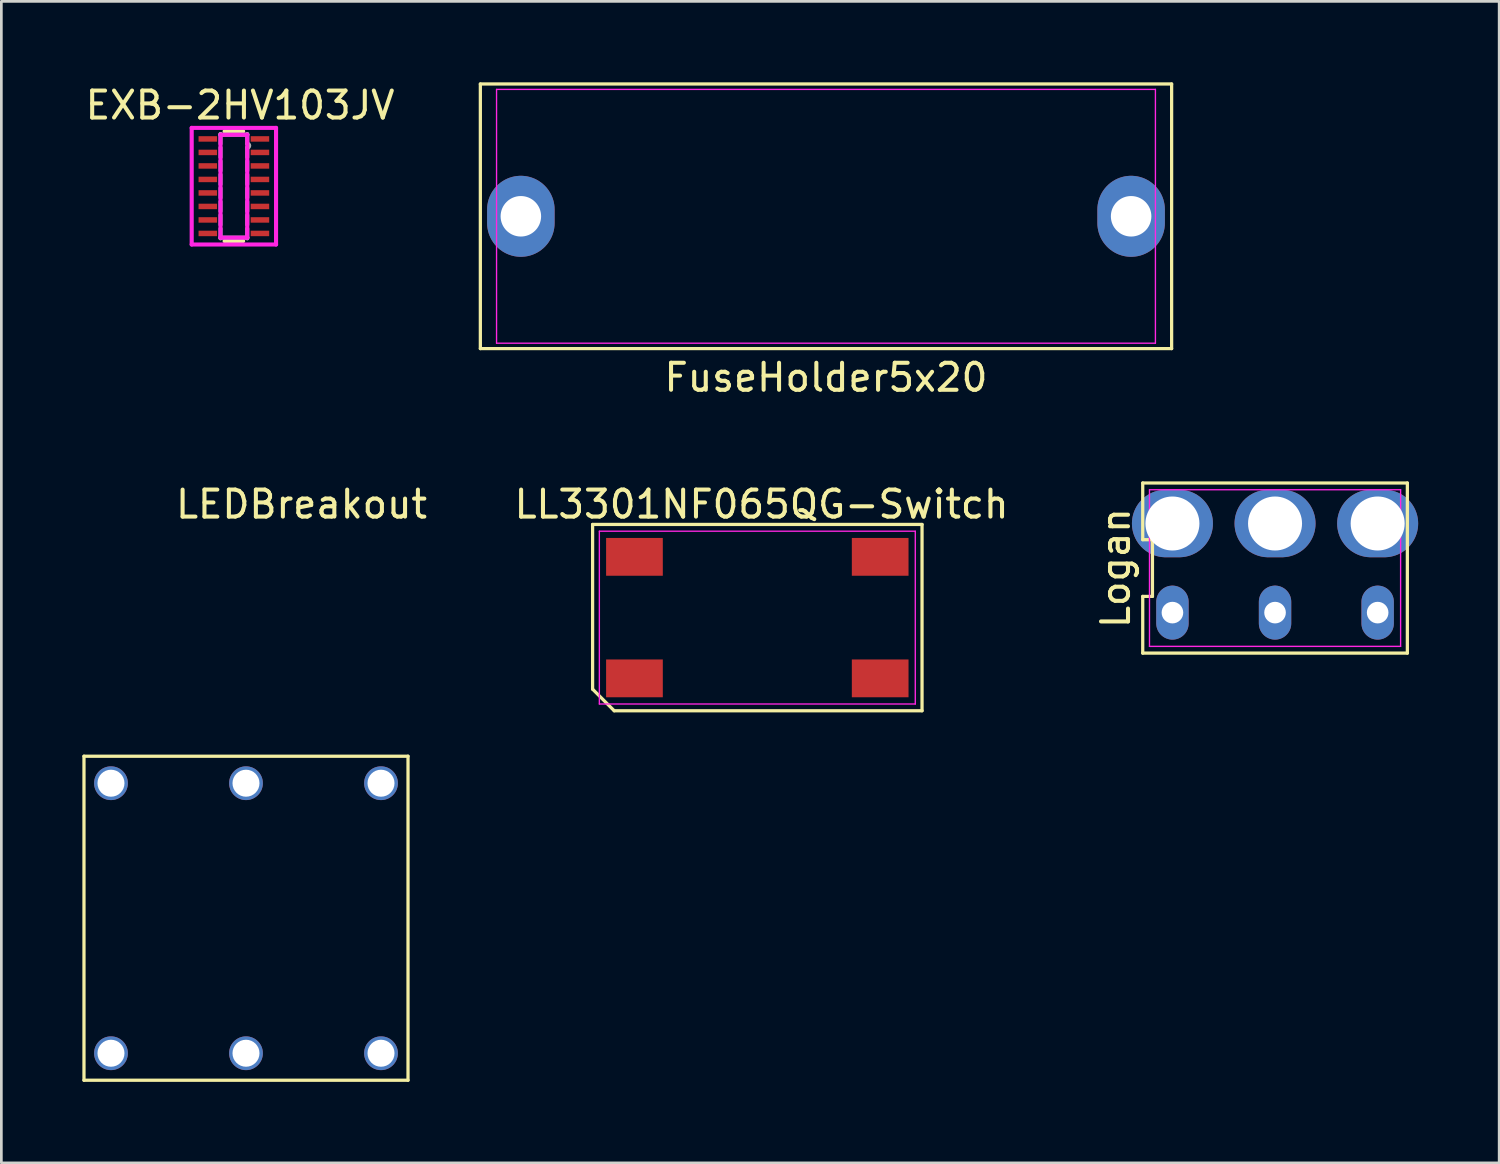
<source format=kicad_pcb>
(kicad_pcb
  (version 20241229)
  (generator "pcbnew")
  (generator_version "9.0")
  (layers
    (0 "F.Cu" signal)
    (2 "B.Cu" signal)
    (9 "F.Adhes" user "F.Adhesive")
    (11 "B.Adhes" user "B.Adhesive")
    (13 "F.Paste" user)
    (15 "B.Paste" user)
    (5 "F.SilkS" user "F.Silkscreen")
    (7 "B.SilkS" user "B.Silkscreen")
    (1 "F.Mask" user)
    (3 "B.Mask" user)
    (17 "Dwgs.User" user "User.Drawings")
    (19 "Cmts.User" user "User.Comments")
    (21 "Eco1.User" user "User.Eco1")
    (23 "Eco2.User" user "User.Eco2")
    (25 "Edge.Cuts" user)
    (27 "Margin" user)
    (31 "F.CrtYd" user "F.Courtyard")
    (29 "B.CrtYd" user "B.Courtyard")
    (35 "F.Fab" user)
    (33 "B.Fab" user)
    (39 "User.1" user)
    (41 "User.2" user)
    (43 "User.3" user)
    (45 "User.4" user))
  (footprint "Logan"
    (layer "F.Cu")
    (at 44.169 17.987)
    (property "Reference" "Logan" (at -5.9 0 90) (layer "F.SilkS") (effects (font (size 1 1) (thickness 0.15))))
    (attr through_hole)
    (fp_line (start -4.9 -3.15) (end -4.9 -1.05) (stroke (width 0.12) (type solid)) (layer "F.SilkS"))
    (fp_line (start -4.9 -1.05) (end -4.54 -1.05) (stroke (width 0.12) (type solid)) (layer "F.SilkS"))
    (fp_line (start -4.9 1.05) (end -4.9 3.15) (stroke (width 0.12) (type solid)) (layer "F.SilkS"))
    (fp_line (start -4.9 3.15) (end 4.9 3.15) (stroke (width 0.12) (type solid)) (layer "F.SilkS"))
    (fp_line (start -4.54 -1.05) (end -4.54 1.05) (stroke (width 0.12) (type solid)) (layer "F.SilkS"))
    (fp_line (start -4.54 1.05) (end -4.9 1.05) (stroke (width 0.12) (type solid)) (layer "F.SilkS"))
    (fp_line (start 4.9 -3.15) (end -4.9 -3.15) (stroke (width 0.12) (type solid)) (layer "F.SilkS"))
    (fp_line (start 4.9 3.15) (end 4.9 -3.15) (stroke (width 0.12) (type solid)) (layer "F.SilkS"))
    (fp_line (start -4.65 -2.9) (end 4.65 -2.9) (stroke (width 0.05) (type solid)) (layer "F.CrtYd"))
    (fp_line (start -4.65 2.9) (end -4.65 -2.9) (stroke (width 0.05) (type solid)) (layer "F.CrtYd"))
    (fp_line (start 4.65 -2.9) (end 4.65 2.9) (stroke (width 0.05) (type solid)) (layer "F.CrtYd"))
    (fp_line (start 4.65 2.9) (end -4.65 2.9) (stroke (width 0.05) (type solid)) (layer "F.CrtYd"))
    (pad "1" thru_hole oval (at -3.8 1.65) (size 1.2 2) (drill 0.8) (layers "*.Cu" "*.Mask"))
    (pad "2" thru_hole oval (at 0 1.65) (size 1.2 2) (drill 0.8) (layers "*.Cu" "*.Mask"))
    (pad "3" thru_hole oval (at 3.8 1.65) (size 1.2 2) (drill 0.8) (layers "*.Cu" "*.Mask"))
    (pad "4" thru_hole oval (at 3.8 -1.65) (size 3 2.5) (drill 2) (layers "*.Cu" "*.Mask"))
    (pad "5" thru_hole oval (at 0 -1.65) (size 3 2.5) (drill 2) (layers "*.Cu" "*.Mask"))
    (pad "6" thru_hole oval (at -3.8 -1.65) (size 3 2.5) (drill 2) (layers "*.Cu" "*.Mask")))
  (footprint "EXB-2HV103JV"
    (layer "F.Cu")
    (at 5.611 3.845)
    (property "Reference" "EXB-2HV103JV" (at 0.229 -2.997 0) (layer "F.SilkS") (effects (font (size 1 1) (thickness 0.15))))
    (attr through_hole)
    (fp_line (start -0.343 2.032) (end 0.343 2.032) (stroke (width 0.152) (type solid)) (layer "F.SilkS"))
    (fp_line (start 0.343 -2.032) (end -0.343 -2.032) (stroke (width 0.152) (type solid)) (layer "F.SilkS"))
    (fp_line (start -1.562 -2.159) (end 1.562 -2.159) (stroke (width 0.152) (type solid)) (layer "F.CrtYd"))
    (fp_line (start -1.562 2.159) (end -1.562 -2.159) (stroke (width 0.152) (type solid)) (layer "F.CrtYd"))
    (fp_line (start -0.495 -1.905) (end 0.495 -1.905) (stroke (width 0.152) (type solid)) (layer "F.CrtYd"))
    (fp_line (start -0.495 1.905) (end -0.495 -1.905) (stroke (width 0.152) (type solid)) (layer "F.CrtYd"))
    (fp_line (start 0.495 -1.905) (end 0.495 1.905) (stroke (width 0.152) (type solid)) (layer "F.CrtYd"))
    (fp_line (start 0.495 1.905) (end -0.495 1.905) (stroke (width 0.152) (type solid)) (layer "F.CrtYd"))
    (fp_line (start 1.562 -2.159) (end 1.562 2.159) (stroke (width 0.152) (type solid)) (layer "F.CrtYd"))
    (fp_line (start 1.562 2.159) (end -1.562 2.159) (stroke (width 0.152) (type solid)) (layer "F.CrtYd"))
    (fp_line (start -0.495 -1.928) (end -0.495 -1.572) (stroke (width 0.152) (type solid)) (layer "F.Fab"))
    (fp_line (start -0.495 -1.905) (end -0.495 -1.928) (stroke (width 0.152) (type solid)) (layer "F.Fab"))
    (fp_line (start -0.495 -1.428) (end -0.495 -1.072) (stroke (width 0.152) (type solid)) (layer "F.Fab"))
    (fp_line (start -0.495 -0.928) (end -0.495 -0.572) (stroke (width 0.152) (type solid)) (layer "F.Fab"))
    (fp_line (start -0.495 -0.428) (end -0.495 -0.072) (stroke (width 0.152) (type solid)) (layer "F.Fab"))
    (fp_line (start -0.495 0.072) (end -0.495 0.428) (stroke (width 0.152) (type solid)) (layer "F.Fab"))
    (fp_line (start -0.495 0.572) (end -0.495 0.928) (stroke (width 0.152) (type solid)) (layer "F.Fab"))
    (fp_line (start -0.495 1.072) (end -0.495 1.428) (stroke (width 0.152) (type solid)) (layer "F.Fab"))
    (fp_line (start -0.495 1.572) (end -0.495 1.928) (stroke (width 0.152) (type solid)) (layer "F.Fab"))
    (fp_line (start -0.495 1.905) (end 0.495 1.905) (stroke (width 0.152) (type solid)) (layer "F.Fab"))
    (fp_line (start -0.495 1.928) (end -0.495 1.905) (stroke (width 0.152) (type solid)) (layer "F.Fab"))
    (fp_line (start 0.495 -1.928) (end 0.495 -1.572) (stroke (width 0.152) (type solid)) (layer "F.Fab"))
    (fp_line (start 0.495 -1.905) (end -0.495 -1.905) (stroke (width 0.152) (type solid)) (layer "F.Fab"))
    (fp_line (start 0.495 -1.905) (end 0.495 -1.928) (stroke (width 0.152) (type solid)) (layer "F.Fab"))
    (fp_line (start 0.495 -1.428) (end 0.495 -1.072) (stroke (width 0.152) (type solid)) (layer "F.Fab"))
    (fp_line (start 0.495 -0.928) (end 0.495 -0.572) (stroke (width 0.152) (type solid)) (layer "F.Fab"))
    (fp_line (start 0.495 -0.428) (end 0.495 -0.072) (stroke (width 0.152) (type solid)) (layer "F.Fab"))
    (fp_line (start 0.495 0.072) (end 0.495 0.428) (stroke (width 0.152) (type solid)) (layer "F.Fab"))
    (fp_line (start 0.495 0.572) (end 0.495 0.928) (stroke (width 0.152) (type solid)) (layer "F.Fab"))
    (fp_line (start 0.495 1.072) (end 0.495 1.428) (stroke (width 0.152) (type solid)) (layer "F.Fab"))
    (fp_line (start 0.495 1.572) (end 0.495 1.928) (stroke (width 0.152) (type solid)) (layer "F.Fab"))
    (fp_line (start 0.495 1.928) (end 0.495 1.905) (stroke (width 0.152) (type solid)) (layer "F.Fab"))
    (fp_arc (start 0.4953 -1.572199) (mid 0.567499 -1.5) (end 0.4953 -1.427801) (stroke (width 0.1524) (type solid)) (layer "F.Fab"))
    (pad "1" smd rect (at -0.965 -1.75) (size 0.686 0.203) (layers "F.Cu" "F.Mask" "F.Paste"))
    (pad "2" smd rect (at -0.965 -1.25) (size 0.686 0.203) (layers "F.Cu" "F.Mask" "F.Paste"))
    (pad "3" smd rect (at -0.965 -0.75) (size 0.686 0.203) (layers "F.Cu" "F.Mask" "F.Paste"))
    (pad "4" smd rect (at -0.965 -0.25) (size 0.686 0.203) (layers "F.Cu" "F.Mask" "F.Paste"))
    (pad "5" smd rect (at -0.965 0.25) (size 0.686 0.203) (layers "F.Cu" "F.Mask" "F.Paste"))
    (pad "6" smd rect (at -0.965 0.75) (size 0.686 0.203) (layers "F.Cu" "F.Mask" "F.Paste"))
    (pad "7" smd rect (at -0.965 1.25) (size 0.686 0.203) (layers "F.Cu" "F.Mask" "F.Paste"))
    (pad "8" smd rect (at -0.965 1.75) (size 0.686 0.203) (layers "F.Cu" "F.Mask" "F.Paste"))
    (pad "9" smd rect (at 0.965 1.75) (size 0.686 0.203) (layers "F.Cu" "F.Mask" "F.Paste"))
    (pad "10" smd rect (at 0.965 1.25) (size 0.686 0.203) (layers "F.Cu" "F.Mask" "F.Paste"))
    (pad "11" smd rect (at 0.965 0.75) (size 0.686 0.203) (layers "F.Cu" "F.Mask" "F.Paste"))
    (pad "12" smd rect (at 0.965 0.25) (size 0.686 0.203) (layers "F.Cu" "F.Mask" "F.Paste"))
    (pad "13" smd rect (at 0.965 -0.25) (size 0.686 0.203) (layers "F.Cu" "F.Mask" "F.Paste"))
    (pad "14" smd rect (at 0.965 -0.75) (size 0.686 0.203) (layers "F.Cu" "F.Mask" "F.Paste"))
    (pad "15" smd rect (at 0.965 -1.25) (size 0.686 0.203) (layers "F.Cu" "F.Mask" "F.Paste"))
    (pad "16" smd rect (at 0.965 -1.75) (size 0.686 0.203) (layers "F.Cu" "F.Mask" "F.Paste")))
  (footprint "LL3301NF065QG-Switch"
    (layer "F.Cu")
    (at 24.996 19.822)
    (property "Reference" "LL3301NF065QG-Switch" (at 0.157 -4.196 180) (layer "F.SilkS") (effects (font (size 1 1) (thickness 0.15))))
    (attr smd)
    (fp_line (start -6.1 -3.45) (end 6.1 -3.45) (stroke (width 0.12) (type solid)) (layer "F.SilkS"))
    (fp_line (start -6.1 2.65) (end -6.1 -3.45) (stroke (width 0.12) (type solid)) (layer "F.SilkS"))
    (fp_line (start -5.3 3.45) (end -6.1 2.65) (stroke (width 0.12) (type solid)) (layer "F.SilkS"))
    (fp_line (start 6.1 -3.45) (end 6.1 3.45) (stroke (width 0.12) (type solid)) (layer "F.SilkS"))
    (fp_line (start 6.1 3.45) (end -5.3 3.45) (stroke (width 0.12) (type solid)) (layer "F.SilkS"))
    (fp_line (start -5.85 -3.2) (end 5.85 -3.2) (stroke (width 0.05) (type solid)) (layer "F.CrtYd"))
    (fp_line (start -5.85 3.2) (end -5.85 -3.2) (stroke (width 0.05) (type solid)) (layer "F.CrtYd"))
    (fp_line (start 5.85 -3.2) (end 5.85 3.2) (stroke (width 0.05) (type solid)) (layer "F.CrtYd"))
    (fp_line (start 5.85 3.2) (end -5.85 3.2) (stroke (width 0.05) (type solid)) (layer "F.CrtYd"))
    (pad "1" smd rect (at -4.55 2.25) (size 2.1 1.4) (layers "F.Cu" "F.Mask" "F.Paste"))
    (pad "2" smd rect (at 4.55 2.25) (size 2.1 1.4) (layers "F.Cu" "F.Mask" "F.Paste"))
    (pad "3" smd rect (at 4.55 -2.25) (size 2.1 1.4) (layers "F.Cu" "F.Mask" "F.Paste"))
    (pad "4" smd rect (at -4.55 -2.25) (size 2.1 1.4) (layers "F.Cu" "F.Mask" "F.Paste")))
  (footprint "FuseHolder5x20"
    (layer "F.Cu")
    (at 27.539 4.96)
    (property "Reference" "FuseHolder5x20" (at 0 5.969 0) (layer "F.SilkS") (effects (font (size 1 1) (thickness 0.15))))
    (attr through_hole)
    (fp_line (start -12.8 -4.9) (end 12.8 -4.9) (stroke (width 0.12) (type solid)) (layer "F.SilkS"))
    (fp_line (start -12.8 4.9) (end -12.8 -4.9) (stroke (width 0.12) (type solid)) (layer "F.SilkS"))
    (fp_line (start 12.8 -4.9) (end 12.8 4.9) (stroke (width 0.12) (type solid)) (layer "F.SilkS"))
    (fp_line (start 12.8 4.9) (end -12.8 4.9) (stroke (width 0.12) (type solid)) (layer "F.SilkS"))
    (fp_line (start -12.2 -4.699) (end 12.2 -4.7) (stroke (width 0.05) (type solid)) (layer "F.CrtYd"))
    (fp_line (start -12.2 4.7) (end -12.2 -4.699) (stroke (width 0.05) (type solid)) (layer "F.CrtYd"))
    (fp_line (start 12.2 -4.7) (end 12.2 4.7) (stroke (width 0.05) (type solid)) (layer "F.CrtYd"))
    (fp_line (start 12.2 4.7) (end -12.2 4.7) (stroke (width 0.05) (type solid)) (layer "F.CrtYd"))
    (pad "1" thru_hole oval (at -11.3 0) (size 2.5 3) (drill 1.5) (layers "*.Cu" "*.Mask"))
    (pad "2" thru_hole oval (at 11.3 0) (size 2.5 3) (drill 1.5) (layers "*.Cu" "*.Mask")))
  (footprint "LEDBreakout"
    (layer "F.Cu")
    (at 6.06 30.955)
    (property "Reference" "LEDBreakout" (at 2.057 -15.329 0) (layer "F.SilkS") (effects (font (size 1 1) (thickness 0.15))))
    (attr through_hole)
    (fp_line (start -6 -6) (end 6 -6) (stroke (width 0.12) (type solid)) (layer "F.SilkS"))
    (fp_line (start -6 6) (end -6 -6) (stroke (width 0.12) (type solid)) (layer "F.SilkS"))
    (fp_line (start 6 -6) (end 6 6) (stroke (width 0.12) (type solid)) (layer "F.SilkS"))
    (fp_line (start 6 6) (end -6 6) (stroke (width 0.12) (type solid)) (layer "F.SilkS"))
    (pad "1" thru_hole circle (at -5 -5) (size 1.25 1.25) (drill 1) (layers "*.Cu" "*.Mask"))
    (pad "2" thru_hole circle (at -5 5) (size 1.25 1.25) (drill 1) (layers "*.Cu" "*.Mask"))
    (pad "3" thru_hole circle (at 0 -5) (size 1.25 1.25) (drill 1) (layers "*.Cu" "*.Mask"))
    (pad "4" thru_hole circle (at 0 5) (size 1.25 1.25) (drill 1) (layers "*.Cu" "*.Mask"))
    (pad "5" thru_hole circle (at 5 -5) (size 1.25 1.25) (drill 1) (layers "*.Cu" "*.Mask"))
    (pad "6" thru_hole circle (at 5 5) (size 1.25 1.25) (drill 1) (layers "*.Cu" "*.Mask")))
  (gr_rect
    (start -3 -3)
    (end 52.469 40.015)
    (stroke (width 0.1) (type default))
    (fill no)
    (layer "Edge.Cuts")))
</source>
